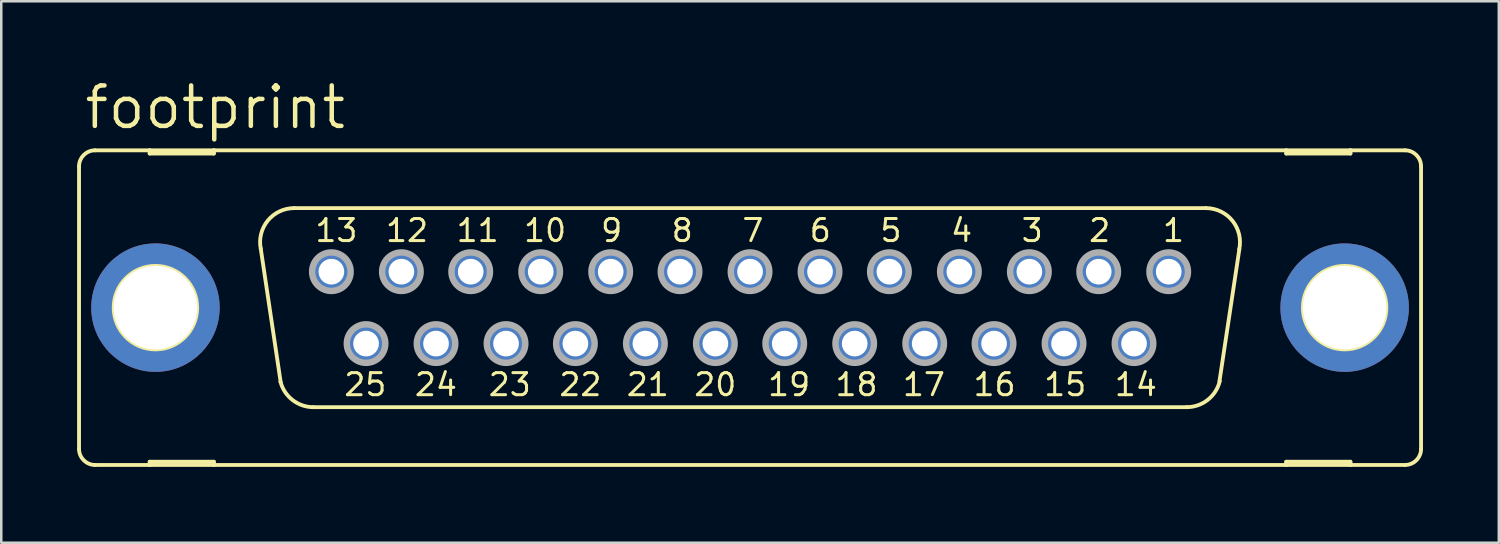
<source format=kicad_pcb>
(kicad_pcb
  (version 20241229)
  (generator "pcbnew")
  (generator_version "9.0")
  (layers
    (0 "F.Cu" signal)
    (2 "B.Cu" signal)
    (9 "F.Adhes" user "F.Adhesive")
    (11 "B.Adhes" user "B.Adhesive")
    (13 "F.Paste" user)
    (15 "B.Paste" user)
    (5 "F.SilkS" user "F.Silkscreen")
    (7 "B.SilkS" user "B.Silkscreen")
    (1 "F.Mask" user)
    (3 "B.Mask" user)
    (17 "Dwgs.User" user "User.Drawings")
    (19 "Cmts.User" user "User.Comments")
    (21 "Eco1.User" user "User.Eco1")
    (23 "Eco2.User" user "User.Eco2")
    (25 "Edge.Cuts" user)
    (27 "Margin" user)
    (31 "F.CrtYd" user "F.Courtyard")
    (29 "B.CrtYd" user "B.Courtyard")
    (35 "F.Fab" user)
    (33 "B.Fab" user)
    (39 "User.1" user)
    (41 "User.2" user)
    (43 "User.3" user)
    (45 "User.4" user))
  (footprint "footprint"
    (layer "F.Cu")
    (at 26.619 9.119)
    (property "Reference" "footprint" (at -26.416 -6.985 0) (layer "F.SilkS") (effects (font (size 1.6 1.6) (thickness 0.178)) (justify left bottom)))
    (fp_line (start -26.543 -5.588) (end -26.543 5.588) (stroke (width 0.152) (type solid)) (layer "F.SilkS"))
    (fp_line (start -25.908 6.223) (end -23.749 6.223) (stroke (width 0.152) (type solid)) (layer "F.SilkS"))
    (fp_line (start -23.749 -6.223) (end -25.908 -6.223) (stroke (width 0.152) (type solid)) (layer "F.SilkS"))
    (fp_line (start -23.749 -6.223) (end -23.749 -6.096) (stroke (width 0.152) (type solid)) (layer "F.SilkS"))
    (fp_line (start -23.749 -6.096) (end -21.209 -6.096) (stroke (width 0.152) (type solid)) (layer "F.SilkS"))
    (fp_line (start -23.749 6.096) (end -21.209 6.096) (stroke (width 0.152) (type solid)) (layer "F.SilkS"))
    (fp_line (start -23.749 6.223) (end -23.749 6.096) (stroke (width 0.152) (type solid)) (layer "F.SilkS"))
    (fp_line (start -23.749 6.223) (end -21.209 6.223) (stroke (width 0.152) (type solid)) (layer "F.SilkS"))
    (fp_line (start -21.209 -6.223) (end -23.749 -6.223) (stroke (width 0.152) (type solid)) (layer "F.SilkS"))
    (fp_line (start -21.209 -6.096) (end -21.209 -6.223) (stroke (width 0.152) (type solid)) (layer "F.SilkS"))
    (fp_line (start -21.209 6.096) (end -21.209 6.223) (stroke (width 0.152) (type solid)) (layer "F.SilkS"))
    (fp_line (start -21.209 6.223) (end 21.209 6.223) (stroke (width 0.152) (type solid)) (layer "F.SilkS"))
    (fp_line (start -18.567 2.946) (end -19.355 -2.337) (stroke (width 0.152) (type solid)) (layer "F.SilkS"))
    (fp_line (start -18.034 -3.937) (end 18.034 -3.937) (stroke (width 0.152) (type solid)) (layer "F.SilkS"))
    (fp_line (start -17.272 3.937) (end 17.272 3.937) (stroke (width 0.152) (type solid)) (layer "F.SilkS"))
    (fp_line (start 19.355 -2.311) (end 18.567 2.921) (stroke (width 0.152) (type solid)) (layer "F.SilkS"))
    (fp_line (start 21.209 -6.223) (end -21.209 -6.223) (stroke (width 0.152) (type solid)) (layer "F.SilkS"))
    (fp_line (start 21.209 -6.223) (end 21.209 -6.096) (stroke (width 0.152) (type solid)) (layer "F.SilkS"))
    (fp_line (start 21.209 -6.096) (end 23.749 -6.096) (stroke (width 0.152) (type solid)) (layer "F.SilkS"))
    (fp_line (start 21.209 6.096) (end 23.749 6.096) (stroke (width 0.152) (type solid)) (layer "F.SilkS"))
    (fp_line (start 21.209 6.223) (end 21.209 6.096) (stroke (width 0.152) (type solid)) (layer "F.SilkS"))
    (fp_line (start 21.209 6.223) (end 23.749 6.223) (stroke (width 0.152) (type solid)) (layer "F.SilkS"))
    (fp_line (start 23.749 -6.223) (end 21.209 -6.223) (stroke (width 0.152) (type solid)) (layer "F.SilkS"))
    (fp_line (start 23.749 -6.096) (end 23.749 -6.223) (stroke (width 0.152) (type solid)) (layer "F.SilkS"))
    (fp_line (start 23.749 6.096) (end 23.749 6.223) (stroke (width 0.152) (type solid)) (layer "F.SilkS"))
    (fp_line (start 23.749 6.223) (end 25.908 6.223) (stroke (width 0.152) (type solid)) (layer "F.SilkS"))
    (fp_line (start 25.908 -6.223) (end 23.749 -6.223) (stroke (width 0.152) (type solid)) (layer "F.SilkS"))
    (fp_line (start 26.543 -5.588) (end 26.543 5.588) (stroke (width 0.152) (type solid)) (layer "F.SilkS"))
    (fp_arc (start -26.543 -5.588) (mid -26.357013 -6.037013) (end -25.908 -6.223) (stroke (width 0.1524) (type solid)) (layer "F.SilkS"))
    (fp_arc (start -25.908 6.223) (mid -26.357013 6.037013) (end -26.543 5.588) (stroke (width 0.1524) (type solid)) (layer "F.SilkS"))
    (fp_arc (start -19.3541 -2.3268) (mid -19.075082 -3.444284) (end -18.034 -3.937) (stroke (width 0.1524) (type solid)) (layer "F.SilkS"))
    (fp_arc (start -17.272 3.937) (mid -18.0955 3.655745) (end -18.5749 2.9295) (stroke (width 0.1524) (type solid)) (layer "F.SilkS"))
    (fp_arc (start 18.034 -3.937) (mid 19.082557 -3.435183) (end 19.349499 -2.303798) (stroke (width 0.1524) (type solid)) (layer "F.SilkS"))
    (fp_arc (start 18.580701 2.904999) (mid 18.105257 3.647874) (end 17.272 3.937) (stroke (width 0.1524) (type solid)) (layer "F.SilkS"))
    (fp_arc (start 25.908 -6.223) (mid 26.357013 -6.037013) (end 26.543 -5.588) (stroke (width 0.1524) (type solid)) (layer "F.SilkS"))
    (fp_arc (start 26.543 5.588) (mid 26.357013 6.037013) (end 25.908 6.223) (stroke (width 0.1524) (type solid)) (layer "F.SilkS"))
    (fp_circle (center -23.52 0) (end -21.869 0) (stroke (width 0.152) (type solid)) (fill no) (layer "F.SilkS"))
    (fp_circle (center 23.52 0) (end 25.171 0) (stroke (width 0.152) (type solid)) (fill no) (layer "F.SilkS"))
    (fp_circle (center -16.561 -1.422) (end -15.799 -1.422) (stroke (width 0.254) (type solid)) (fill no) (layer "F.Fab"))
    (fp_circle (center -15.189 1.422) (end -14.427 1.422) (stroke (width 0.254) (type solid)) (fill no) (layer "F.Fab"))
    (fp_circle (center -13.792 -1.422) (end -13.03 -1.422) (stroke (width 0.254) (type solid)) (fill no) (layer "F.Fab"))
    (fp_circle (center -12.421 1.422) (end -11.659 1.422) (stroke (width 0.254) (type solid)) (fill no) (layer "F.Fab"))
    (fp_circle (center -11.049 -1.422) (end -10.287 -1.422) (stroke (width 0.254) (type solid)) (fill no) (layer "F.Fab"))
    (fp_circle (center -9.652 1.422) (end -8.89 1.422) (stroke (width 0.254) (type solid)) (fill no) (layer "F.Fab"))
    (fp_circle (center -8.28 -1.422) (end -7.518 -1.422) (stroke (width 0.254) (type solid)) (fill no) (layer "F.Fab"))
    (fp_circle (center -6.909 1.422) (end -6.147 1.422) (stroke (width 0.254) (type solid)) (fill no) (layer "F.Fab"))
    (fp_circle (center -5.512 -1.422) (end -4.75 -1.422) (stroke (width 0.254) (type solid)) (fill no) (layer "F.Fab"))
    (fp_circle (center -4.14 1.422) (end -3.378 1.422) (stroke (width 0.254) (type solid)) (fill no) (layer "F.Fab"))
    (fp_circle (center -2.769 -1.422) (end -2.007 -1.422) (stroke (width 0.254) (type solid)) (fill no) (layer "F.Fab"))
    (fp_circle (center -1.372 1.422) (end -0.61 1.422) (stroke (width 0.254) (type solid)) (fill no) (layer "F.Fab"))
    (fp_circle (center 0 -1.422) (end 0.762 -1.422) (stroke (width 0.254) (type solid)) (fill no) (layer "F.Fab"))
    (fp_circle (center 1.372 1.422) (end 2.134 1.422) (stroke (width 0.254) (type solid)) (fill no) (layer "F.Fab"))
    (fp_circle (center 2.769 -1.422) (end 3.531 -1.422) (stroke (width 0.254) (type solid)) (fill no) (layer "F.Fab"))
    (fp_circle (center 4.14 1.422) (end 4.902 1.422) (stroke (width 0.254) (type solid)) (fill no) (layer "F.Fab"))
    (fp_circle (center 5.512 -1.422) (end 6.274 -1.422) (stroke (width 0.254) (type solid)) (fill no) (layer "F.Fab"))
    (fp_circle (center 6.909 1.422) (end 7.671 1.422) (stroke (width 0.254) (type solid)) (fill no) (layer "F.Fab"))
    (fp_circle (center 8.28 -1.422) (end 9.042 -1.422) (stroke (width 0.254) (type solid)) (fill no) (layer "F.Fab"))
    (fp_circle (center 9.652 1.422) (end 10.414 1.422) (stroke (width 0.254) (type solid)) (fill no) (layer "F.Fab"))
    (fp_circle (center 11.049 -1.422) (end 11.811 -1.422) (stroke (width 0.254) (type solid)) (fill no) (layer "F.Fab"))
    (fp_circle (center 12.421 1.422) (end 13.183 1.422) (stroke (width 0.254) (type solid)) (fill no) (layer "F.Fab"))
    (fp_circle (center 13.792 -1.422) (end 14.554 -1.422) (stroke (width 0.254) (type solid)) (fill no) (layer "F.Fab"))
    (fp_circle (center 15.189 1.422) (end 15.951 1.422) (stroke (width 0.254) (type solid)) (fill no) (layer "F.Fab"))
    (fp_circle (center 16.561 -1.422) (end 17.323 -1.422) (stroke (width 0.254) (type solid)) (fill no) (layer "F.Fab"))
    (fp_text user "25" (at -16.129 3.556 0) (layer "F.SilkS") (effects (font (size 0.872 0.872) (thickness 0.119)) (justify left bottom)))
    (fp_text user "22" (at -7.62 3.556 0) (layer "F.SilkS") (effects (font (size 0.872 0.872) (thickness 0.119)) (justify left bottom)))
    (fp_text user "17" (at 5.969 3.556 0) (layer "F.SilkS") (effects (font (size 0.872 0.872) (thickness 0.119)) (justify left bottom)))
    (fp_text user "5" (at 5.08 -2.54 0) (layer "F.SilkS") (effects (font (size 0.872 0.872) (thickness 0.119)) (justify left bottom)))
    (fp_text user "7" (at -0.381 -2.54 0) (layer "F.SilkS") (effects (font (size 0.872 0.872) (thickness 0.119)) (justify left bottom)))
    (fp_text user "15" (at 11.557 3.556 0) (layer "F.SilkS") (effects (font (size 0.872 0.872) (thickness 0.119)) (justify left bottom)))
    (fp_text user "11" (at -11.684 -2.54 0) (layer "F.SilkS") (effects (font (size 0.872 0.872) (thickness 0.119)) (justify left bottom)))
    (fp_text user "6" (at 2.286 -2.54 0) (layer "F.SilkS") (effects (font (size 0.872 0.872) (thickness 0.119)) (justify left bottom)))
    (fp_text user "3" (at 10.668 -2.54 0) (layer "F.SilkS") (effects (font (size 0.872 0.872) (thickness 0.119)) (justify left bottom)))
    (fp_text user "10" (at -9.017 -2.54 0) (layer "F.SilkS") (effects (font (size 0.872 0.872) (thickness 0.119)) (justify left bottom)))
    (fp_text user "20" (at -2.286 3.556 0) (layer "F.SilkS") (effects (font (size 0.872 0.872) (thickness 0.119)) (justify left bottom)))
    (fp_text user "2" (at 13.335 -2.54 0) (layer "F.SilkS") (effects (font (size 0.872 0.872) (thickness 0.119)) (justify left bottom)))
    (fp_text user "16" (at 8.763 3.556 0) (layer "F.SilkS") (effects (font (size 0.872 0.872) (thickness 0.119)) (justify left bottom)))
    (fp_text user "14" (at 14.351 3.556 0) (layer "F.SilkS") (effects (font (size 0.872 0.872) (thickness 0.119)) (justify left bottom)))
    (fp_text user "24" (at -13.335 3.556 0) (layer "F.SilkS") (effects (font (size 0.872 0.872) (thickness 0.119)) (justify left bottom)))
    (fp_text user "1" (at 16.256 -2.54 0) (layer "F.SilkS") (effects (font (size 0.872 0.872) (thickness 0.119)) (justify left bottom)))
    (fp_text user "21" (at -4.953 3.556 0) (layer "F.SilkS") (effects (font (size 0.872 0.872) (thickness 0.119)) (justify left bottom)))
    (fp_text user "12" (at -14.478 -2.54 0) (layer "F.SilkS") (effects (font (size 0.872 0.872) (thickness 0.119)) (justify left bottom)))
    (fp_text user "9" (at -5.969 -2.54 0) (layer "F.SilkS") (effects (font (size 0.872 0.872) (thickness 0.119)) (justify left bottom)))
    (fp_text user "23" (at -10.414 3.556 0) (layer "F.SilkS") (effects (font (size 0.872 0.872) (thickness 0.119)) (justify left bottom)))
    (fp_text user "13" (at -17.272 -2.54 0) (layer "F.SilkS") (effects (font (size 0.872 0.872) (thickness 0.119)) (justify left bottom)))
    (fp_text user "8" (at -3.175 -2.54 0) (layer "F.SilkS") (effects (font (size 0.872 0.872) (thickness 0.119)) (justify left bottom)))
    (fp_text user "4" (at 7.874 -2.54 0) (layer "F.SilkS") (effects (font (size 0.872 0.872) (thickness 0.119)) (justify left bottom)))
    (fp_text user "19" (at 0.635 3.556 0) (layer "F.SilkS") (effects (font (size 0.872 0.872) (thickness 0.119)) (justify left bottom)))
    (fp_text user "18" (at 3.302 3.556 0) (layer "F.SilkS") (effects (font (size 0.872 0.872) (thickness 0.119)) (justify left bottom)))
    (pad "1" thru_hole roundrect (at 16.561 -1.422) (size 1.524 1.524) (drill 1.016) (layers "*.Cu" "*.Mask") (roundrect_rratio 0.25) (chamfer_ratio 0.25) (chamfer top_left top_right bottom_left bottom_right))
    (pad "2" thru_hole roundrect (at 13.792 -1.422) (size 1.524 1.524) (drill 1.016) (layers "*.Cu" "*.Mask") (roundrect_rratio 0.25) (chamfer_ratio 0.25) (chamfer top_left top_right bottom_left bottom_right))
    (pad "3" thru_hole roundrect (at 11.049 -1.422) (size 1.524 1.524) (drill 1.016) (layers "*.Cu" "*.Mask") (roundrect_rratio 0.25) (chamfer_ratio 0.25) (chamfer top_left top_right bottom_left bottom_right))
    (pad "4" thru_hole roundrect (at 8.28 -1.422) (size 1.524 1.524) (drill 1.016) (layers "*.Cu" "*.Mask") (roundrect_rratio 0.25) (chamfer_ratio 0.25) (chamfer top_left top_right bottom_left bottom_right))
    (pad "5" thru_hole roundrect (at 5.512 -1.422) (size 1.524 1.524) (drill 1.016) (layers "*.Cu" "*.Mask") (roundrect_rratio 0.25) (chamfer_ratio 0.25) (chamfer top_left top_right bottom_left bottom_right))
    (pad "6" thru_hole roundrect (at 2.769 -1.422) (size 1.524 1.524) (drill 1.016) (layers "*.Cu" "*.Mask") (roundrect_rratio 0.25) (chamfer_ratio 0.25) (chamfer top_left top_right bottom_left bottom_right))
    (pad "7" thru_hole roundrect (at 0 -1.422) (size 1.524 1.524) (drill 1.016) (layers "*.Cu" "*.Mask") (roundrect_rratio 0.25) (chamfer_ratio 0.25) (chamfer top_left top_right bottom_left bottom_right))
    (pad "8" thru_hole roundrect (at -2.769 -1.422) (size 1.524 1.524) (drill 1.016) (layers "*.Cu" "*.Mask") (roundrect_rratio 0.25) (chamfer_ratio 0.25) (chamfer top_left top_right bottom_left bottom_right))
    (pad "9" thru_hole roundrect (at -5.512 -1.422) (size 1.524 1.524) (drill 1.016) (layers "*.Cu" "*.Mask") (roundrect_rratio 0.25) (chamfer_ratio 0.25) (chamfer top_left top_right bottom_left bottom_right))
    (pad "10" thru_hole roundrect (at -8.28 -1.422) (size 1.524 1.524) (drill 1.016) (layers "*.Cu" "*.Mask") (roundrect_rratio 0.25) (chamfer_ratio 0.25) (chamfer top_left top_right bottom_left bottom_right))
    (pad "11" thru_hole roundrect (at -11.049 -1.422) (size 1.524 1.524) (drill 1.016) (layers "*.Cu" "*.Mask") (roundrect_rratio 0.25) (chamfer_ratio 0.25) (chamfer top_left top_right bottom_left bottom_right))
    (pad "12" thru_hole roundrect (at -13.792 -1.422) (size 1.524 1.524) (drill 1.016) (layers "*.Cu" "*.Mask") (roundrect_rratio 0.25) (chamfer_ratio 0.25) (chamfer top_left top_right bottom_left bottom_right))
    (pad "13" thru_hole roundrect (at -16.561 -1.422) (size 1.524 1.524) (drill 1.016) (layers "*.Cu" "*.Mask") (roundrect_rratio 0.25) (chamfer_ratio 0.25) (chamfer top_left top_right bottom_left bottom_right))
    (pad "14" thru_hole roundrect (at 15.189 1.422) (size 1.524 1.524) (drill 1.016) (layers "*.Cu" "*.Mask") (roundrect_rratio 0.25) (chamfer_ratio 0.25) (chamfer top_left top_right bottom_left bottom_right))
    (pad "15" thru_hole roundrect (at 12.421 1.422) (size 1.524 1.524) (drill 1.016) (layers "*.Cu" "*.Mask") (roundrect_rratio 0.25) (chamfer_ratio 0.25) (chamfer top_left top_right bottom_left bottom_right))
    (pad "16" thru_hole roundrect (at 9.652 1.422) (size 1.524 1.524) (drill 1.016) (layers "*.Cu" "*.Mask") (roundrect_rratio 0.25) (chamfer_ratio 0.25) (chamfer top_left top_right bottom_left bottom_right))
    (pad "17" thru_hole roundrect (at 6.909 1.422) (size 1.524 1.524) (drill 1.016) (layers "*.Cu" "*.Mask") (roundrect_rratio 0.25) (chamfer_ratio 0.25) (chamfer top_left top_right bottom_left bottom_right))
    (pad "18" thru_hole roundrect (at 4.14 1.422) (size 1.524 1.524) (drill 1.016) (layers "*.Cu" "*.Mask") (roundrect_rratio 0.25) (chamfer_ratio 0.25) (chamfer top_left top_right bottom_left bottom_right))
    (pad "19" thru_hole roundrect (at 1.372 1.422) (size 1.524 1.524) (drill 1.016) (layers "*.Cu" "*.Mask") (roundrect_rratio 0.25) (chamfer_ratio 0.25) (chamfer top_left top_right bottom_left bottom_right))
    (pad "20" thru_hole roundrect (at -1.372 1.422) (size 1.524 1.524) (drill 1.016) (layers "*.Cu" "*.Mask") (roundrect_rratio 0.25) (chamfer_ratio 0.25) (chamfer top_left top_right bottom_left bottom_right))
    (pad "21" thru_hole roundrect (at -4.14 1.422) (size 1.524 1.524) (drill 1.016) (layers "*.Cu" "*.Mask") (roundrect_rratio 0.25) (chamfer_ratio 0.25) (chamfer top_left top_right bottom_left bottom_right))
    (pad "22" thru_hole roundrect (at -6.909 1.422) (size 1.524 1.524) (drill 1.016) (layers "*.Cu" "*.Mask") (roundrect_rratio 0.25) (chamfer_ratio 0.25) (chamfer top_left top_right bottom_left bottom_right))
    (pad "23" thru_hole roundrect (at -9.652 1.422) (size 1.524 1.524) (drill 1.016) (layers "*.Cu" "*.Mask") (roundrect_rratio 0.25) (chamfer_ratio 0.25) (chamfer top_left top_right bottom_left bottom_right))
    (pad "24" thru_hole roundrect (at -12.421 1.422) (size 1.524 1.524) (drill 1.016) (layers "*.Cu" "*.Mask") (roundrect_rratio 0.25) (chamfer_ratio 0.25) (chamfer top_left top_right bottom_left bottom_right))
    (pad "25" thru_hole roundrect (at -15.189 1.422) (size 1.524 1.524) (drill 1.016) (layers "*.Cu" "*.Mask") (roundrect_rratio 0.25) (chamfer_ratio 0.25) (chamfer top_left top_right bottom_left bottom_right))
    (pad "G1" thru_hole circle (at -23.52 0) (size 5.08 5.08) (drill 3.302) (layers "*.Cu" "*.Mask"))
    (pad "G2" thru_hole circle (at 23.52 0) (size 5.08 5.08) (drill 3.302) (layers "*.Cu" "*.Mask")))
  (gr_rect
    (start -3 -3)
    (end 56.238 18.418)
    (stroke (width 0.1) (type default))
    (fill no)
    (layer "Edge.Cuts")))
</source>
